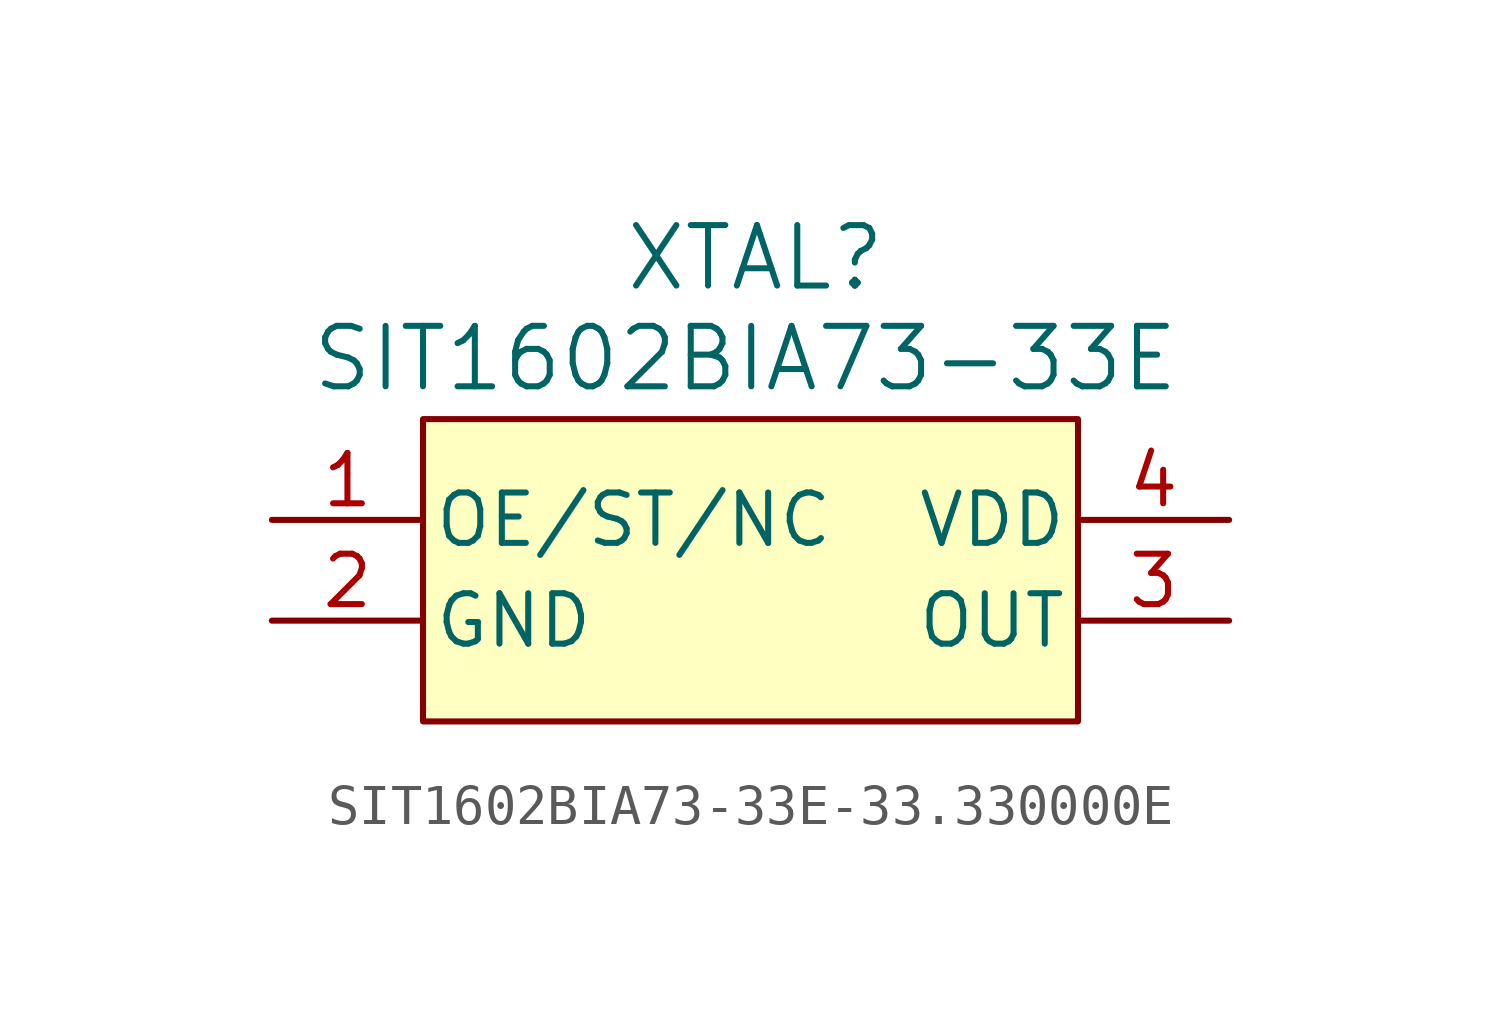
<source format=kicad_sym>
(kicad_symbol_lib
  (version 20231120)
  (generator "kicad_symbol_editor")
  (generator_version "8.0")
  (symbol "SIT1602BIA73-33E-33.330000E"
    (pin_names
      (offset 0.254))
    (property "Reference" "XTAL"
      (at 16.002 6.604 0)
      (effects (font (size 1.524 1.524))))
    (property "Value" "SIT1602BIA73-33E"
      (at 15.748 4.064 0)
      (effects (font (size 1.524 1.524))))
    (property "ki_locked" ""
      (at 0 0 0)
      (effects (font (size 1.27 1.27))))
    (symbol "SIT1602BIA73-33E-33.330000E_1_1"
      (rectangle (start 7.62 2.54) (end 24.13 -5.08) (stroke (width 0) (type default)) (fill (type background)))
      (pin unspecified line (at 3.81 0 0) (length 3.81) (name "OE/ST/NC" (effects (font (size 1.27 1.27)))) (number "1" (effects (font (size 1.27 1.27)))))
      (pin power_out line (at 3.81 -2.54 0) (length 3.81) (name "GND" (effects (font (size 1.27 1.27)))) (number "2" (effects (font (size 1.27 1.27)))))
      (pin output line (at 27.94 -2.54 180) (length 3.81) (name "OUT" (effects (font (size 1.27 1.27)))) (number "3" (effects (font (size 1.27 1.27)))))
      (pin power_in line (at 27.94 0 180) (length 3.81) (name "VDD" (effects (font (size 1.27 1.27)))) (number "4" (effects (font (size 1.27 1.27))))))))
</source>
